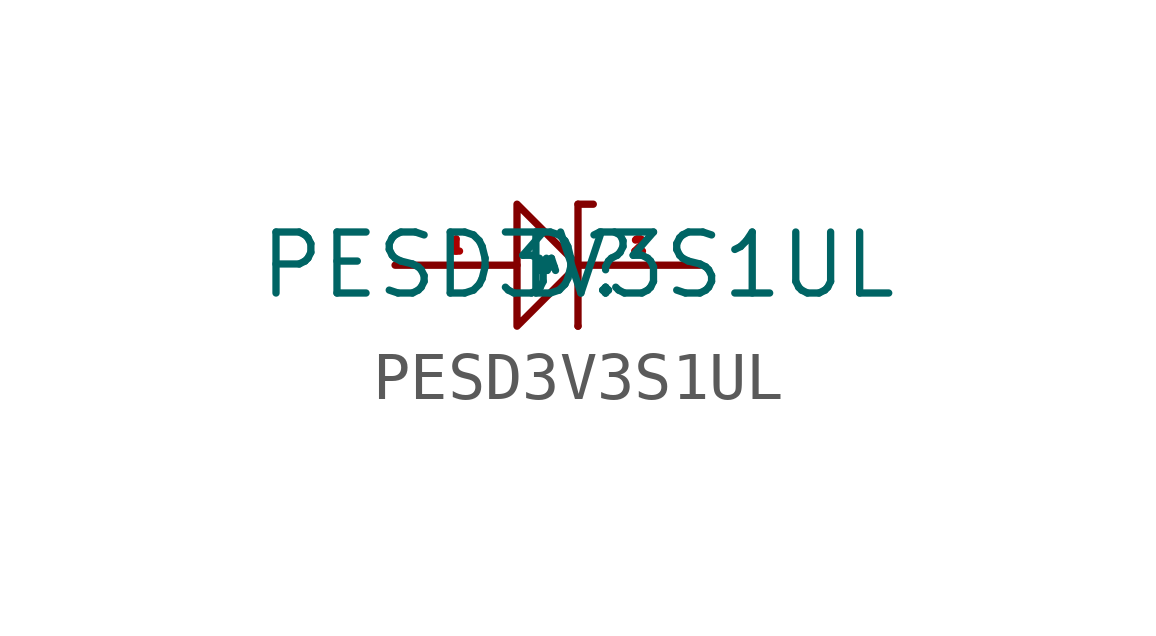
<source format=kicad_sym>
(kicad_symbol_lib
  (version 20241209)
  (generator "kicad_symbol_editor")
  (generator_version "9.0")
  (symbol "PESD3V3S1UL"
    (property "Reference" "D"
      (at 0 0 0)
      (effects (font (size 1.27 1.27))))
    (property "Value" "PESD3V3S1UL"
      (at 0 0 0)
      (effects (font (size 1.27 1.27))))
    (symbol "PESD3V3S1UL_0_1"
      (polyline (pts (xy -1.27 1.27) (xy -1.27 -1.27) (xy 0 0) (xy -1.27 1.27)) (stroke (width 0) (type default)) (fill (type none)))
      (polyline (pts (xy 0 1.27) (xy 0 -1.27)) (stroke (width 0) (type default)) (fill (type none))))
    (symbol "PESD3V3S1UL_1_1"
      (polyline (pts (xy 0 1.27) (xy 0.318 1.27)) (stroke (width 0) (type default)) (fill (type none)))
      (polyline (pts (xy 0 -1.27) (xy 0 -1.27)) (stroke (width 0) (type default)) (fill (type none)))
      (pin passive line (at -3.81 0 0) (length 2.54) (name "A" (effects (font (size 0.254 0.254)))) (number "1" (effects (font (size 0.254 0.254)))))
      (pin passive line (at 2.54 0 180) (length 2.54) (name "K" (effects (font (size 0.254 0.254)))) (number "2" (effects (font (size 0.254 0.254))))))))
</source>
